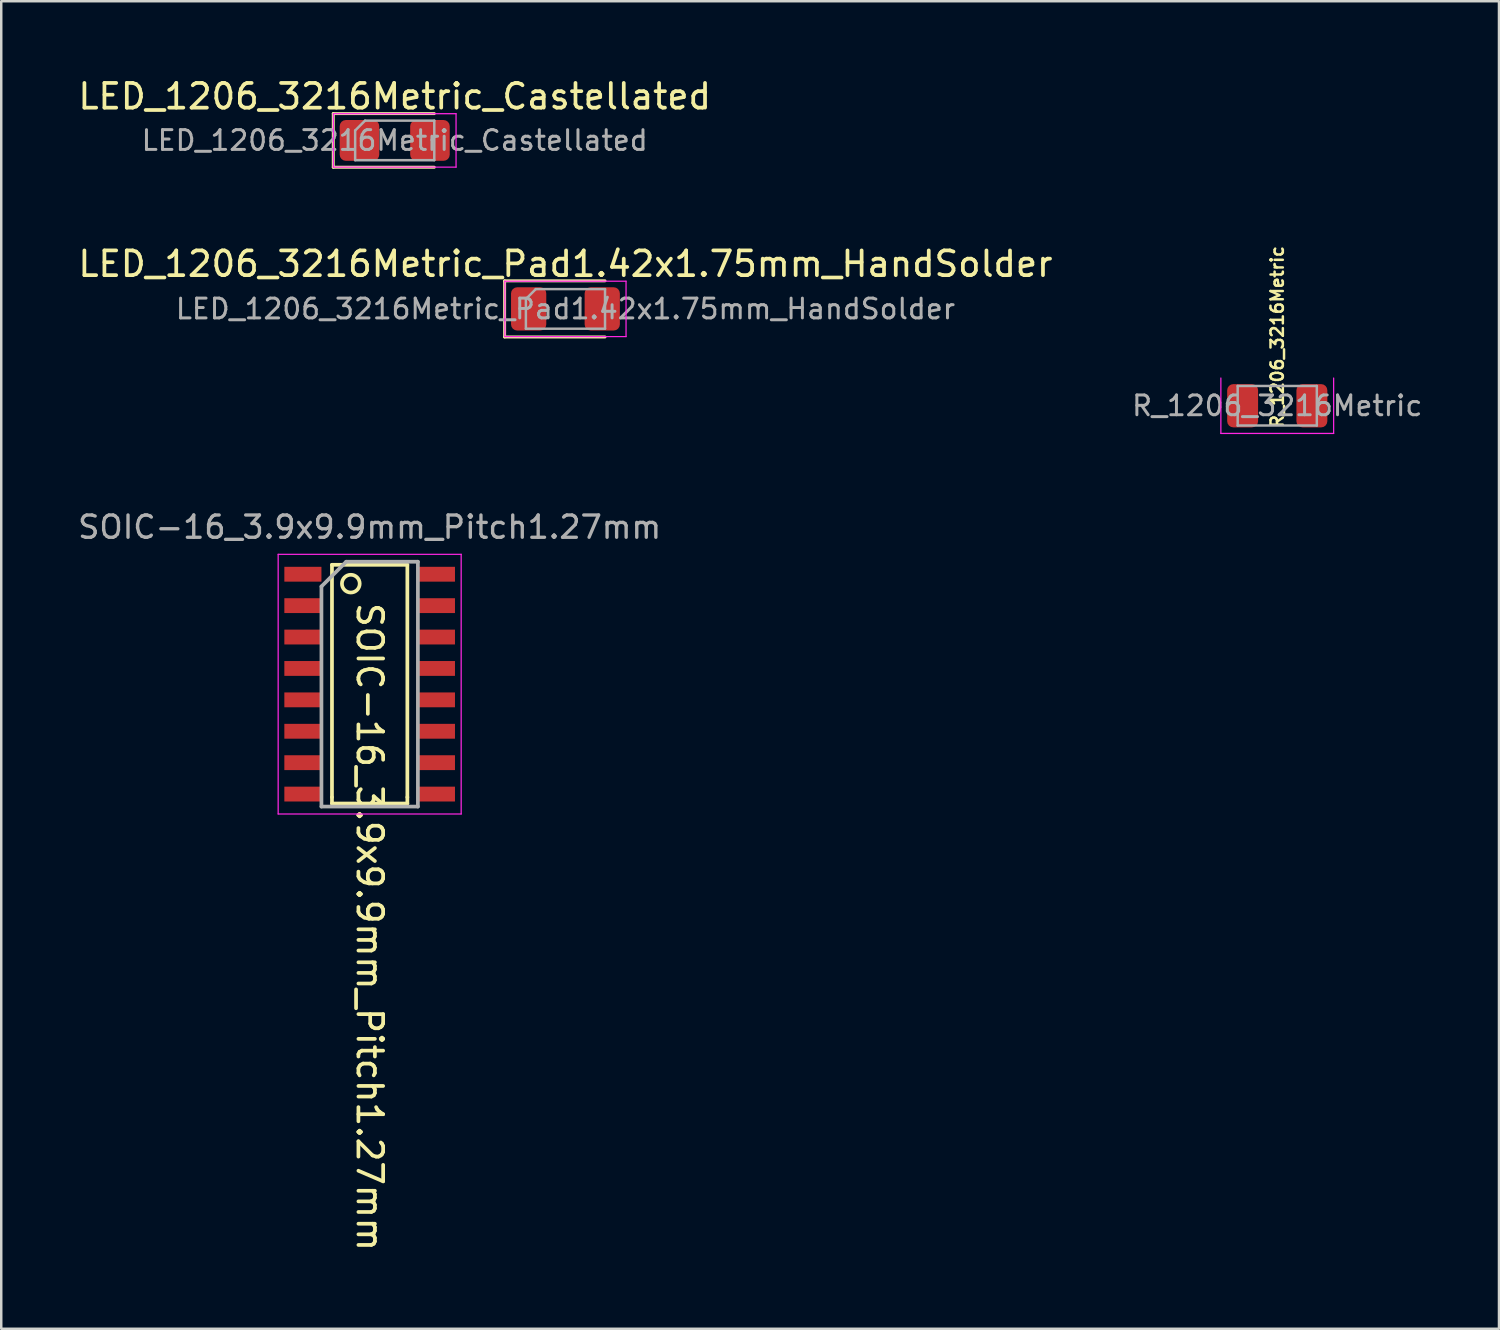
<source format=kicad_pcb>
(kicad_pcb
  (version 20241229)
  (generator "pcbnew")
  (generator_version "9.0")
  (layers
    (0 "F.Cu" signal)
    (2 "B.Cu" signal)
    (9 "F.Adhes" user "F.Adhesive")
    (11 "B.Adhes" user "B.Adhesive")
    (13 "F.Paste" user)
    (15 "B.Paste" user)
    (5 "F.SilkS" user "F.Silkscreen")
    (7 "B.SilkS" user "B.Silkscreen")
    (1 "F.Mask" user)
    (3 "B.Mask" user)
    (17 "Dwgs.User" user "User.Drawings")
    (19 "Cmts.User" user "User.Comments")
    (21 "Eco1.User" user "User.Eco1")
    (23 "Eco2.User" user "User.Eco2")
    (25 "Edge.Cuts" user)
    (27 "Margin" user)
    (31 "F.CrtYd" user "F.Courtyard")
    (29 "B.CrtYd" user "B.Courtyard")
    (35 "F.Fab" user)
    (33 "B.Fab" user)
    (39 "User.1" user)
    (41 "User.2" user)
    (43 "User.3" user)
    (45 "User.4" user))
  (footprint "SOIC-16_3.9x9.9mm_Pitch1.27mm"
    (layer "F.Cu")
    (at 11.898 24.615)
    (property "Reference" "SOIC-16_3.9x9.9mm_Pitch1.27mm" (at 0 -3.375 270) (unlocked yes) (layer "F.SilkS") (effects (font (size 1 1) (thickness 0.15)) (justify left)))
    (attr smd)
    (fp_line (start -1.524 -4.826) (end -1.524 4.572) (stroke (width 0.15) (type solid)) (layer "F.SilkS"))
    (fp_line (start -1.524 4.572) (end -1.524 4.826) (stroke (width 0.15) (type solid)) (layer "F.SilkS"))
    (fp_line (start -1.524 4.826) (end 1.524 4.826) (stroke (width 0.15) (type solid)) (layer "F.SilkS"))
    (fp_line (start 1.524 -4.826) (end -1.524 -4.826) (stroke (width 0.15) (type solid)) (layer "F.SilkS"))
    (fp_line (start 1.524 4.572) (end 1.524 -4.826) (stroke (width 0.15) (type solid)) (layer "F.SilkS"))
    (fp_line (start 1.524 4.826) (end 1.524 4.572) (stroke (width 0.15) (type solid)) (layer "F.SilkS"))
    (fp_circle (center -0.762 -4.064) (end -0.508 -3.81) (stroke (width 0.15) (type solid)) (fill no) (layer "F.SilkS"))
    (fp_line (start -3.7 -5.25) (end -3.7 5.25) (stroke (width 0.05) (type solid)) (layer "F.CrtYd"))
    (fp_line (start -3.7 -5.25) (end 3.7 -5.25) (stroke (width 0.05) (type solid)) (layer "F.CrtYd"))
    (fp_line (start -3.7 5.25) (end 3.7 5.25) (stroke (width 0.05) (type solid)) (layer "F.CrtYd"))
    (fp_line (start 3.7 -5.25) (end 3.7 5.25) (stroke (width 0.05) (type solid)) (layer "F.CrtYd"))
    (fp_line (start -1.95 -3.95) (end -0.95 -4.95) (stroke (width 0.15) (type solid)) (layer "F.Fab"))
    (fp_line (start -1.95 4.95) (end -1.95 -3.95) (stroke (width 0.15) (type solid)) (layer "F.Fab"))
    (fp_line (start -0.95 -4.95) (end 1.95 -4.95) (stroke (width 0.15) (type solid)) (layer "F.Fab"))
    (fp_line (start 1.95 -4.95) (end 1.95 4.95) (stroke (width 0.15) (type solid)) (layer "F.Fab"))
    (fp_line (start 1.95 4.95) (end -1.95 4.95) (stroke (width 0.15) (type solid)) (layer "F.Fab"))
    (fp_text user "${REFERENCE}" (at 0 -6.35 0) (layer "F.Fab") (effects (font (size 0.9 0.9) (thickness 0.135))))
    (pad "1" smd rect (at -2.7 -4.445) (size 1.5 0.6) (layers "F.Cu" "F.Mask" "F.Paste"))
    (pad "2" smd rect (at -2.7 -3.175) (size 1.5 0.6) (layers "F.Cu" "F.Mask" "F.Paste"))
    (pad "3" smd rect (at -2.7 -1.905) (size 1.5 0.6) (layers "F.Cu" "F.Mask" "F.Paste"))
    (pad "4" smd rect (at -2.7 -0.635) (size 1.5 0.6) (layers "F.Cu" "F.Mask" "F.Paste"))
    (pad "5" smd rect (at -2.7 0.635) (size 1.5 0.6) (layers "F.Cu" "F.Mask" "F.Paste"))
    (pad "6" smd rect (at -2.7 1.905) (size 1.5 0.6) (layers "F.Cu" "F.Mask" "F.Paste"))
    (pad "7" smd rect (at -2.7 3.175) (size 1.5 0.6) (layers "F.Cu" "F.Mask" "F.Paste"))
    (pad "8" smd rect (at -2.7 4.445) (size 1.5 0.6) (layers "F.Cu" "F.Mask" "F.Paste"))
    (pad "9" smd rect (at 2.7 4.445) (size 1.5 0.6) (layers "F.Cu" "F.Mask" "F.Paste"))
    (pad "10" smd rect (at 2.7 3.175) (size 1.5 0.6) (layers "F.Cu" "F.Mask" "F.Paste"))
    (pad "11" smd rect (at 2.7 1.905) (size 1.5 0.6) (layers "F.Cu" "F.Mask" "F.Paste"))
    (pad "12" smd rect (at 2.7 0.635) (size 1.5 0.6) (layers "F.Cu" "F.Mask" "F.Paste"))
    (pad "13" smd rect (at 2.7 -0.635) (size 1.5 0.6) (layers "F.Cu" "F.Mask" "F.Paste"))
    (pad "14" smd rect (at 2.7 -1.905) (size 1.5 0.6) (layers "F.Cu" "F.Mask" "F.Paste"))
    (pad "15" smd rect (at 2.7 -3.175) (size 1.5 0.6) (layers "F.Cu" "F.Mask" "F.Paste"))
    (pad "16" smd rect (at 2.7 -4.445) (size 1.5 0.6) (layers "F.Cu" "F.Mask" "F.Paste")))
  (footprint "R_1206_3216Metric"
    (layer "F.Cu")
    (at 48.598 13.357)
    (property "Reference" "R_1206_3216Metric" (at 0 0.95 90) (unlocked yes) (layer "F.SilkS") (effects (font (size 0.5 0.5) (thickness 0.1)) (justify left)))
    (attr smd)
    (fp_line (start -2.28 1.12) (end -2.28 -1.12) (stroke (width 0.05) (type solid)) (layer "F.CrtYd"))
    (fp_line (start 2.28 -1.12) (end 2.28 1.12) (stroke (width 0.05) (type solid)) (layer "F.CrtYd"))
    (fp_line (start 2.28 1.12) (end -2.28 1.12) (stroke (width 0.05) (type solid)) (layer "F.CrtYd"))
    (fp_line (start -1.6 -0.8) (end 1.6 -0.8) (stroke (width 0.1) (type solid)) (layer "F.Fab"))
    (fp_line (start -1.6 0.8) (end -1.6 -0.8) (stroke (width 0.1) (type solid)) (layer "F.Fab"))
    (fp_line (start 1.6 -0.8) (end 1.6 0.8) (stroke (width 0.1) (type solid)) (layer "F.Fab"))
    (fp_line (start 1.6 0.8) (end -1.6 0.8) (stroke (width 0.1) (type solid)) (layer "F.Fab"))
    (fp_text user "${REFERENCE}" (at 0 0 0) (layer "F.Fab") (effects (font (size 0.8 0.8) (thickness 0.12))))
    (pad "1" smd roundrect (at -1.4 0) (size 1.25 1.75) (layers "F.Cu" "F.Mask" "F.Paste") (roundrect_rratio 0.2))
    (pad "2" smd roundrect (at 1.4 0) (size 1.25 1.75) (layers "F.Cu" "F.Mask" "F.Paste") (roundrect_rratio 0.2)))
  (footprint "LED_1206_3216Metric_Pad1.42x1.75mm_HandSolder"
    (layer "F.Cu")
    (at 19.815 9.441)
    (property "Reference" "LED_1206_3216Metric_Pad1.42x1.75mm_HandSolder" (at 0 -1.82 0) (layer "F.SilkS") (effects (font (size 1 1) (thickness 0.15))))
    (attr smd)
    (fp_line (start -2.46 -1.135) (end -2.46 1.135) (stroke (width 0.12) (type solid)) (layer "F.SilkS"))
    (fp_line (start -2.46 1.135) (end 1.6 1.135) (stroke (width 0.12) (type solid)) (layer "F.SilkS"))
    (fp_line (start 1.6 -1.135) (end -2.46 -1.135) (stroke (width 0.12) (type solid)) (layer "F.SilkS"))
    (fp_line (start -2.45 -1.12) (end 2.45 -1.12) (stroke (width 0.05) (type solid)) (layer "F.CrtYd"))
    (fp_line (start -2.45 1.12) (end -2.45 -1.12) (stroke (width 0.05) (type solid)) (layer "F.CrtYd"))
    (fp_line (start 2.45 -1.12) (end 2.45 1.12) (stroke (width 0.05) (type solid)) (layer "F.CrtYd"))
    (fp_line (start 2.45 1.12) (end -2.45 1.12) (stroke (width 0.05) (type solid)) (layer "F.CrtYd"))
    (fp_line (start -1.6 -0.4) (end -1.6 0.8) (stroke (width 0.1) (type solid)) (layer "F.Fab"))
    (fp_line (start -1.6 0.8) (end 1.6 0.8) (stroke (width 0.1) (type solid)) (layer "F.Fab"))
    (fp_line (start -1.2 -0.8) (end -1.6 -0.4) (stroke (width 0.1) (type solid)) (layer "F.Fab"))
    (fp_line (start 1.6 -0.8) (end -1.2 -0.8) (stroke (width 0.1) (type solid)) (layer "F.Fab"))
    (fp_line (start 1.6 0.8) (end 1.6 -0.8) (stroke (width 0.1) (type solid)) (layer "F.Fab"))
    (fp_text user "${REFERENCE}" (at 0 0 0) (layer "F.Fab") (effects (font (size 0.8 0.8) (thickness 0.12))))
    (pad "1" smd roundrect (at -1.488 0) (size 1.425 1.75) (layers "F.Cu" "F.Mask" "F.Paste") (roundrect_rratio 0.175))
    (pad "2" smd roundrect (at 1.488 0) (size 1.425 1.75) (layers "F.Cu" "F.Mask" "F.Paste") (roundrect_rratio 0.175)))
  (footprint "LED_1206_3216Metric_Castellated"
    (layer "F.Cu")
    (at 12.911 2.628)
    (property "Reference" "LED_1206_3216Metric_Castellated" (at 0 -1.78 0) (layer "F.SilkS") (effects (font (size 1 1) (thickness 0.15))))
    (attr smd)
    (fp_line (start -2.485 -1.085) (end -2.485 1.085) (stroke (width 0.12) (type solid)) (layer "F.SilkS"))
    (fp_line (start -2.485 1.085) (end 1.6 1.085) (stroke (width 0.12) (type solid)) (layer "F.SilkS"))
    (fp_line (start 1.6 -1.085) (end -2.485 -1.085) (stroke (width 0.12) (type solid)) (layer "F.SilkS"))
    (fp_line (start -2.48 -1.08) (end 2.48 -1.08) (stroke (width 0.05) (type solid)) (layer "F.CrtYd"))
    (fp_line (start -2.48 1.08) (end -2.48 -1.08) (stroke (width 0.05) (type solid)) (layer "F.CrtYd"))
    (fp_line (start 2.48 -1.08) (end 2.48 1.08) (stroke (width 0.05) (type solid)) (layer "F.CrtYd"))
    (fp_line (start 2.48 1.08) (end -2.48 1.08) (stroke (width 0.05) (type solid)) (layer "F.CrtYd"))
    (fp_line (start -1.6 -0.4) (end -1.6 0.8) (stroke (width 0.1) (type solid)) (layer "F.Fab"))
    (fp_line (start -1.6 0.8) (end 1.6 0.8) (stroke (width 0.1) (type solid)) (layer "F.Fab"))
    (fp_line (start -1.2 -0.8) (end -1.6 -0.4) (stroke (width 0.1) (type solid)) (layer "F.Fab"))
    (fp_line (start 1.6 -0.8) (end -1.2 -0.8) (stroke (width 0.1) (type solid)) (layer "F.Fab"))
    (fp_line (start 1.6 0.8) (end 1.6 -0.8) (stroke (width 0.1) (type solid)) (layer "F.Fab"))
    (fp_text user "${REFERENCE}" (at 0 0 0) (layer "F.Fab") (effects (font (size 0.8 0.8) (thickness 0.12))))
    (pad "1" smd roundrect (at -1.425 0) (size 1.6 1.65) (layers "F.Cu" "F.Mask" "F.Paste") (roundrect_rratio 0.156))
    (pad "2" smd roundrect (at 1.425 0) (size 1.6 1.65) (layers "F.Cu" "F.Mask" "F.Paste") (roundrect_rratio 0.156)))
  (gr_rect
    (start -3 -3)
    (end 57.564 50.68)
    (stroke (width 0.1) (type default))
    (fill no)
    (layer "Edge.Cuts")))
</source>
